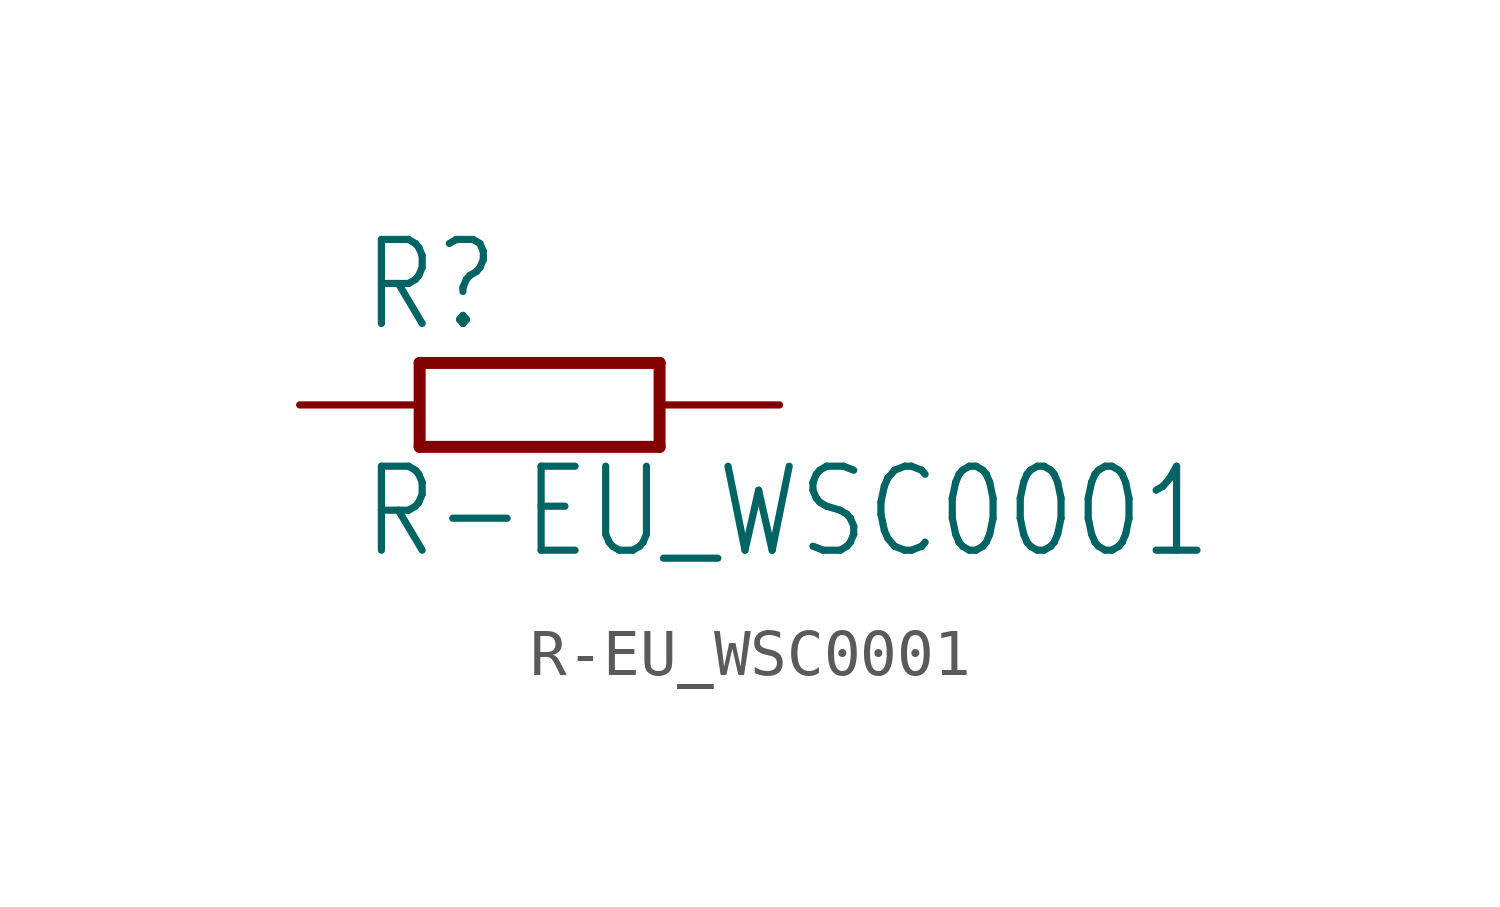
<source format=kicad_sym>
(kicad_symbol_lib
  (version 20201005)
  (generator kicad_symbol_editor)
  (symbol "R-EU_WSC0001"
    (property "Reference" "R"
      (at -3.81 1.499 0)
      (effects (font (size 1.778 1.511)) (justify left bottom)))
    (property "Value" "R-EU_WSC0001"
      (at -3.81 -3.302 0)
      (effects (font (size 1.778 1.511)) (justify left bottom)))
    (property "ki_locked" ""
      (at 0 0 0)
      (effects (font (size 1.27 1.27))))
    (symbol "R-EU_WSC0001_1_0"
      (polyline (pts (xy -2.54 -0.889) (xy 2.54 -0.889)) (stroke (width 0.254)) (fill (type none)))
      (polyline (pts (xy 2.54 0.889) (xy -2.54 0.889)) (stroke (width 0.254)) (fill (type none)))
      (polyline (pts (xy 2.54 -0.889) (xy 2.54 0.889)) (stroke (width 0.254)) (fill (type none)))
      (polyline (pts (xy -2.54 -0.889) (xy -2.54 0.889)) (stroke (width 0.254)) (fill (type none)))
      (pin passive line (at 5.08 0 180) (length 2.54) (name "2" (effects (font (size 0 0)))) (number "2" (effects (font (size 0 0)))))
      (pin passive line (at -5.08 0 0) (length 2.54) (name "1" (effects (font (size 0 0)))) (number "1" (effects (font (size 0 0))))))))
</source>
